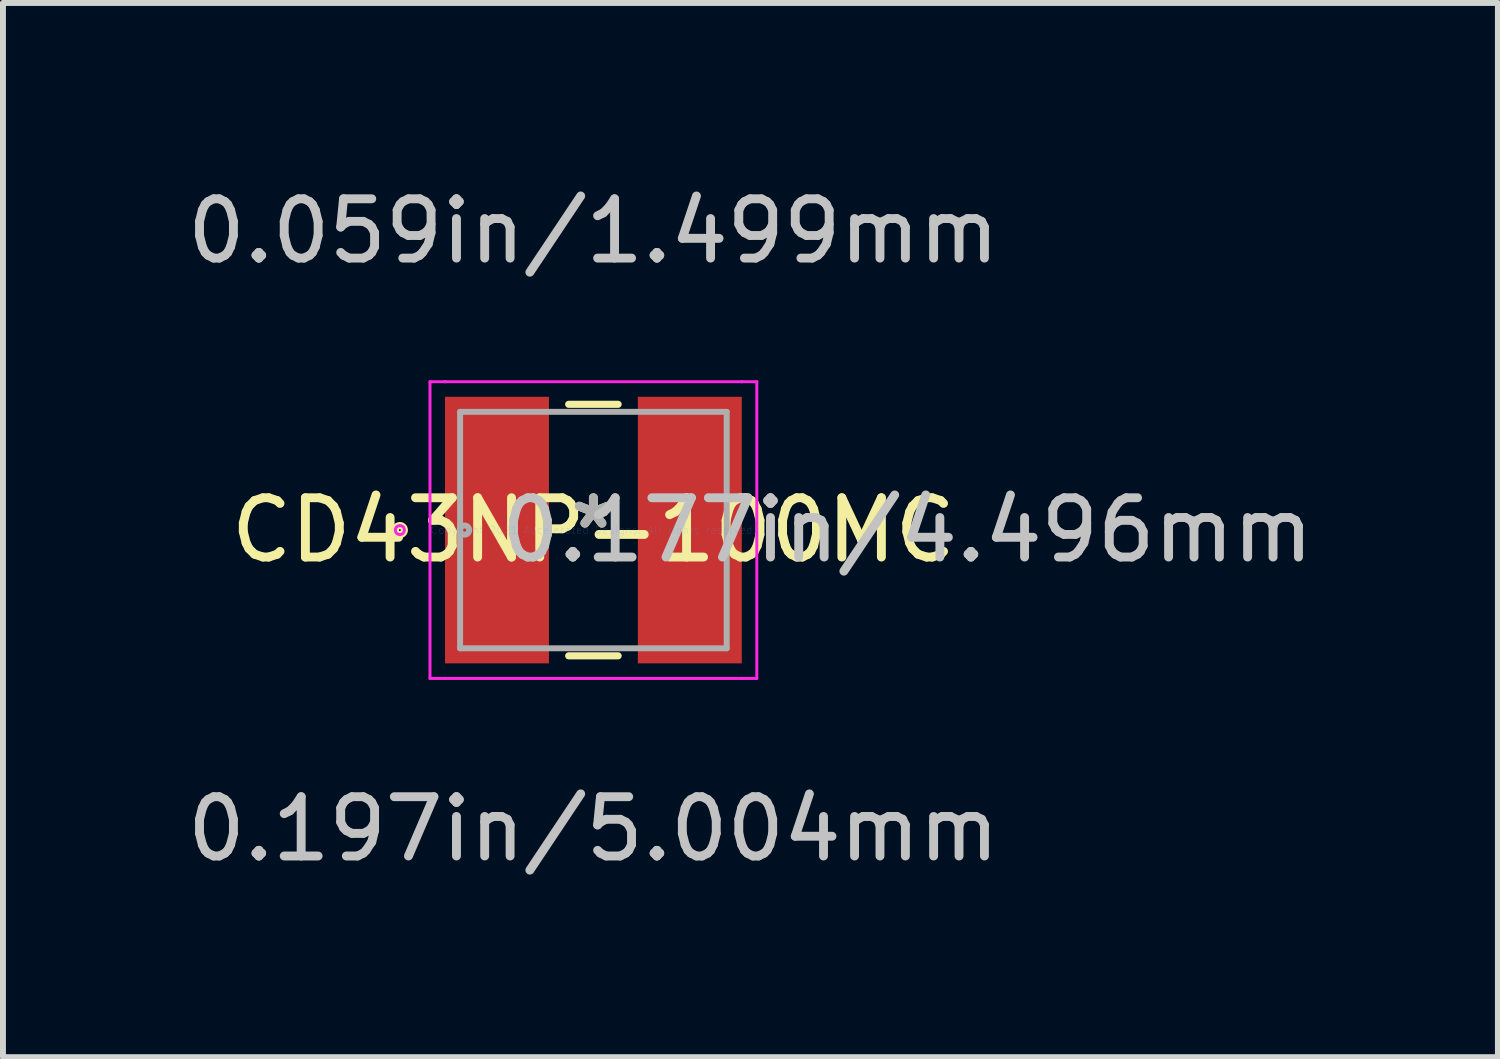
<source format=kicad_pcb>
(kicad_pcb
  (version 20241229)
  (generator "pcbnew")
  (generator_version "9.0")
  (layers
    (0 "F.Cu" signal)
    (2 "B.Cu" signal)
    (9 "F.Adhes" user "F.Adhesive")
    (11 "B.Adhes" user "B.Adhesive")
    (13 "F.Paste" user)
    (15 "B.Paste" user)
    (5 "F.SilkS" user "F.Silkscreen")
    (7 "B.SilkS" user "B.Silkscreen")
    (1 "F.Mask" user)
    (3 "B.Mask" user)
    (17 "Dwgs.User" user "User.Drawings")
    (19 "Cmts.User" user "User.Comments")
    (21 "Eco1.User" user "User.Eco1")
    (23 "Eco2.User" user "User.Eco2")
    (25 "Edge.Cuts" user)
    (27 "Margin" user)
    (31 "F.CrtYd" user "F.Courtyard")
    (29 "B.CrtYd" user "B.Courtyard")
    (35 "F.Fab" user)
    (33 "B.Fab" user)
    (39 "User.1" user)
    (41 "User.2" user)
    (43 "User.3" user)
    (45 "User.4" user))
  (footprint "CD43NP-100MC"
    (layer "F.Cu")
    (at 6.958 5.89)
    (property "Reference" "CD43NP-100MC" (at 0 0 0) (layer "F.SilkS") (effects (font (size 1 1) (thickness 0.15))))
    (attr through_hole)
    (fp_line (start -0.417 2.121) (end 0.417 2.121) (stroke (width 0.12) (type solid)) (layer "F.SilkS"))
    (fp_line (start 0.417 -2.121) (end -0.417 -2.121) (stroke (width 0.12) (type solid)) (layer "F.SilkS"))
    (fp_circle (center -3.264 0) (end -3.188 0) (stroke (width 0.12) (type solid)) (fill no) (layer "F.SilkS"))
    (fp_line (start -2.756 -2.502) (end -2.502 -2.502) (stroke (width 0.05) (type solid)) (layer "F.CrtYd"))
    (fp_line (start -2.756 2.502) (end -2.756 -2.502) (stroke (width 0.05) (type solid)) (layer "F.CrtYd"))
    (fp_line (start -2.502 -2.502) (end -2.502 -2.502) (stroke (width 0.05) (type solid)) (layer "F.CrtYd"))
    (fp_line (start -2.502 -2.502) (end 2.502 -2.502) (stroke (width 0.05) (type solid)) (layer "F.CrtYd"))
    (fp_line (start -2.502 2.502) (end -2.756 2.502) (stroke (width 0.05) (type solid)) (layer "F.CrtYd"))
    (fp_line (start -2.502 2.502) (end -2.502 2.502) (stroke (width 0.05) (type solid)) (layer "F.CrtYd"))
    (fp_line (start 2.502 -2.502) (end 2.502 -2.502) (stroke (width 0.05) (type solid)) (layer "F.CrtYd"))
    (fp_line (start 2.502 -2.502) (end 2.756 -2.502) (stroke (width 0.05) (type solid)) (layer "F.CrtYd"))
    (fp_line (start 2.502 2.502) (end -2.502 2.502) (stroke (width 0.05) (type solid)) (layer "F.CrtYd"))
    (fp_line (start 2.502 2.502) (end 2.502 2.502) (stroke (width 0.05) (type solid)) (layer "F.CrtYd"))
    (fp_line (start 2.756 -2.502) (end 2.756 2.502) (stroke (width 0.05) (type solid)) (layer "F.CrtYd"))
    (fp_line (start 2.756 2.502) (end 2.502 2.502) (stroke (width 0.05) (type solid)) (layer "F.CrtYd"))
    (fp_circle (center -3.264 0) (end -3.188 0) (stroke (width 0.05) (type solid)) (fill no) (layer "F.CrtYd"))
    (fp_line (start -2.248 -1.994) (end -2.248 1.994) (stroke (width 0.1) (type solid)) (layer "F.Fab"))
    (fp_line (start -2.248 1.994) (end 2.248 1.994) (stroke (width 0.1) (type solid)) (layer "F.Fab"))
    (fp_line (start 2.248 -1.994) (end -2.248 -1.994) (stroke (width 0.1) (type solid)) (layer "F.Fab"))
    (fp_line (start 2.248 1.994) (end 2.248 -1.994) (stroke (width 0.1) (type solid)) (layer "F.Fab"))
    (fp_circle (center -2.172 0) (end -2.095 0) (stroke (width 0.1) (type solid)) (fill no) (layer "F.Fab"))
    (fp_text user "*" (at 0 0 0) (layer "F.SilkS") (effects (font (size 1 1) (thickness 0.15))))
    (fp_text user "0.197in/5.004mm" (at 0 5.042 0) (layer "Dwgs.User") (effects (font (size 1 1) (thickness 0.15))))
    (fp_text user "0.177in/4.496mm" (at 5.296 0 0) (layer "Dwgs.User") (effects (font (size 1 1) (thickness 0.15))))
    (fp_text user "0.059in/1.499mm" (at 0 -5.042 0) (layer "Dwgs.User") (effects (font (size 1 1) (thickness 0.15))))
    (fp_text user "Copyright 2021 Accelerated Designs. All rights reserved." (at 0 0 0) (layer "Cmts.User") (effects (font (size 0.127 0.127) (thickness 0.002))))
    (fp_text user "*" (at 0 0 0) (layer "F.Fab") (effects (font (size 1 1) (thickness 0.15))))
    (pad "1" smd rect (at -1.626 0) (size 1.753 4.496) (layers "F.Cu" "F.Mask" "F.Paste"))
    (pad "2" smd rect (at 1.626 0) (size 1.753 4.496) (layers "F.Cu" "F.Mask" "F.Paste")))
  (gr_rect
    (start -3 -3)
    (end 22.213 14.78)
    (stroke (width 0.1) (type default))
    (fill no)
    (layer "Edge.Cuts")))
</source>
